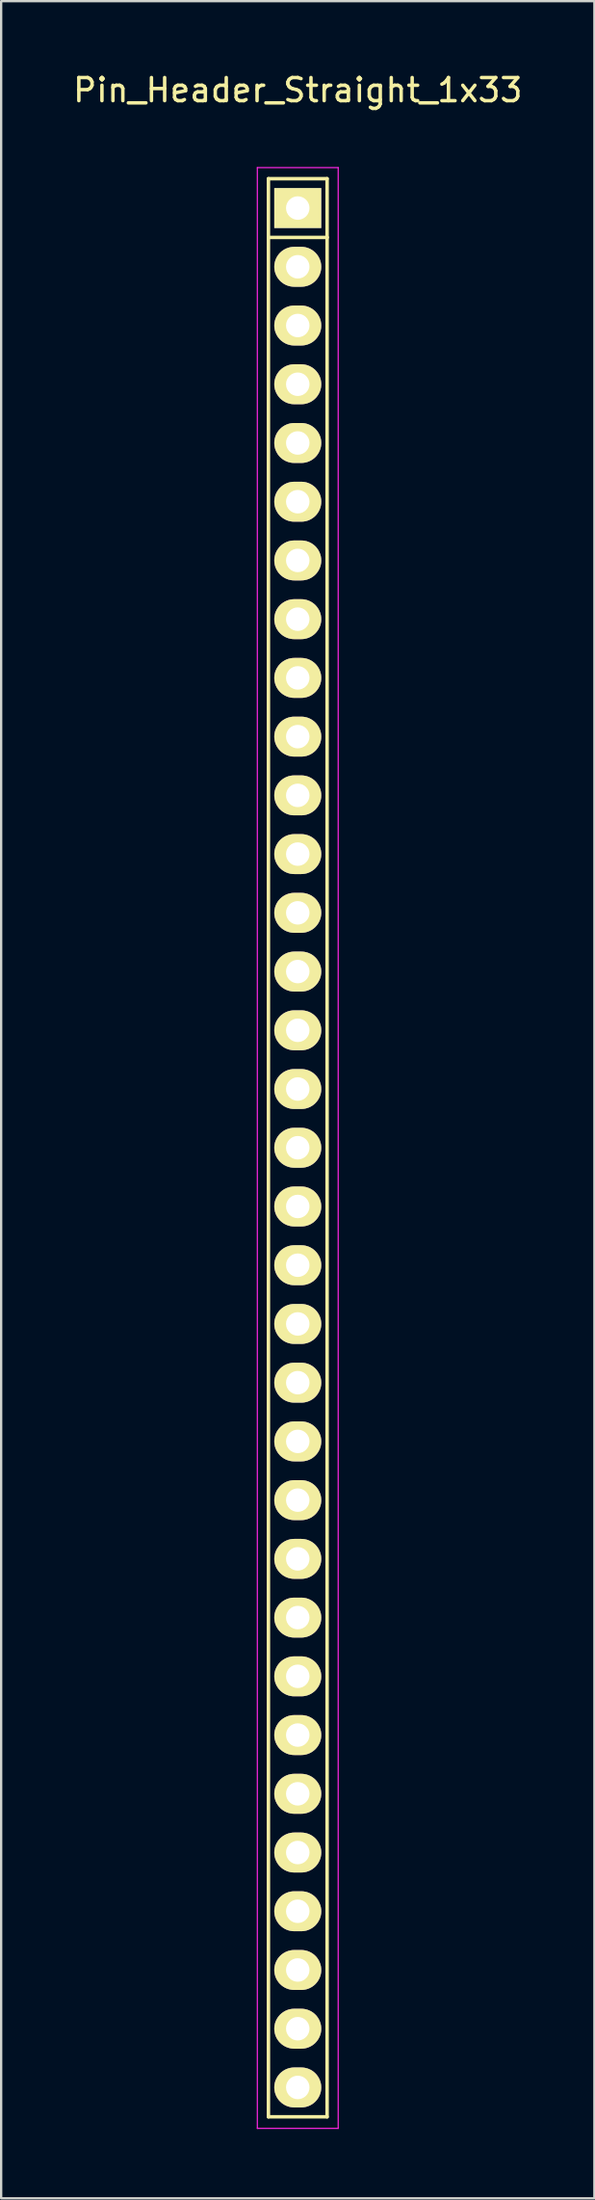
<source format=kicad_pcb>
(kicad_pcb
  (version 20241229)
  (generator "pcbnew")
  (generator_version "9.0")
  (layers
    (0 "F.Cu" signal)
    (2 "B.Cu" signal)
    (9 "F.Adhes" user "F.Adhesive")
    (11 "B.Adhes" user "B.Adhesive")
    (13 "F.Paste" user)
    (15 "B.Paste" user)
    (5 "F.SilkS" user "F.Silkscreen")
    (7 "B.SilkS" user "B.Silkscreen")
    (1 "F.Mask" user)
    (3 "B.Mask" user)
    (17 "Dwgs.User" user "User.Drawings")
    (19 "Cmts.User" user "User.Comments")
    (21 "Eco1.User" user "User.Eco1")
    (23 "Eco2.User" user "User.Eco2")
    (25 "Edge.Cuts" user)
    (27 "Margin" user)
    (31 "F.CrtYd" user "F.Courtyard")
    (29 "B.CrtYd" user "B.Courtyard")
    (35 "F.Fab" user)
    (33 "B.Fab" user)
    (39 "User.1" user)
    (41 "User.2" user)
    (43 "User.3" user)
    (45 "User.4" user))
  (footprint "Pin_Header_Straight_1x33"
    (layer "F.Cu")
    (at 9.839 5.948)
    (property "Reference" "Pin_Header_Straight_1x33" (at 0 -5.1 0) (layer "F.SilkS") (effects (font (size 1 1) (thickness 0.15))))
    (attr through_hole)
    (fp_line (start -1.27 -1.27) (end -1.27 1.27) (stroke (width 0.15) (type solid)) (layer "F.SilkS"))
    (fp_line (start -1.27 1.27) (end -1.27 82.55) (stroke (width 0.15) (type solid)) (layer "F.SilkS"))
    (fp_line (start -1.27 82.55) (end 1.27 82.55) (stroke (width 0.15) (type solid)) (layer "F.SilkS"))
    (fp_line (start 1.27 -1.27) (end -1.27 -1.27) (stroke (width 0.15) (type solid)) (layer "F.SilkS"))
    (fp_line (start 1.27 -1.27) (end 1.27 1.27) (stroke (width 0.15) (type solid)) (layer "F.SilkS"))
    (fp_line (start 1.27 1.27) (end -1.27 1.27) (stroke (width 0.15) (type solid)) (layer "F.SilkS"))
    (fp_line (start 1.27 82.55) (end 1.27 1.27) (stroke (width 0.15) (type solid)) (layer "F.SilkS"))
    (fp_line (start -1.75 -1.75) (end -1.75 83.05) (stroke (width 0.05) (type solid)) (layer "F.CrtYd"))
    (fp_line (start -1.75 -1.75) (end 1.75 -1.75) (stroke (width 0.05) (type solid)) (layer "F.CrtYd"))
    (fp_line (start -1.75 83.05) (end 1.75 83.05) (stroke (width 0.05) (type solid)) (layer "F.CrtYd"))
    (fp_line (start 1.75 -1.75) (end 1.75 83.05) (stroke (width 0.05) (type solid)) (layer "F.CrtYd"))
    (pad "1" thru_hole rect (at 0 0) (size 2.032 1.727) (drill 1.016) (layers "*.Cu" "*.Mask" "F.SilkS"))
    (pad "2" thru_hole oval (at 0 2.54) (size 2.032 1.727) (drill 1.016) (layers "*.Cu" "*.Mask" "F.SilkS"))
    (pad "3" thru_hole oval (at 0 5.08) (size 2.032 1.727) (drill 1.016) (layers "*.Cu" "*.Mask" "F.SilkS"))
    (pad "4" thru_hole oval (at 0 7.62) (size 2.032 1.727) (drill 1.016) (layers "*.Cu" "*.Mask" "F.SilkS"))
    (pad "5" thru_hole oval (at 0 10.16) (size 2.032 1.727) (drill 1.016) (layers "*.Cu" "*.Mask" "F.SilkS"))
    (pad "6" thru_hole oval (at 0 12.7) (size 2.032 1.727) (drill 1.016) (layers "*.Cu" "*.Mask" "F.SilkS"))
    (pad "7" thru_hole oval (at 0 15.24) (size 2.032 1.727) (drill 1.016) (layers "*.Cu" "*.Mask" "F.SilkS"))
    (pad "8" thru_hole oval (at 0 17.78) (size 2.032 1.727) (drill 1.016) (layers "*.Cu" "*.Mask" "F.SilkS"))
    (pad "9" thru_hole oval (at 0 20.32) (size 2.032 1.727) (drill 1.016) (layers "*.Cu" "*.Mask" "F.SilkS"))
    (pad "10" thru_hole oval (at 0 22.86) (size 2.032 1.727) (drill 1.016) (layers "*.Cu" "*.Mask" "F.SilkS"))
    (pad "11" thru_hole oval (at 0 25.4) (size 2.032 1.727) (drill 1.016) (layers "*.Cu" "*.Mask" "F.SilkS"))
    (pad "12" thru_hole oval (at 0 27.94) (size 2.032 1.727) (drill 1.016) (layers "*.Cu" "*.Mask" "F.SilkS"))
    (pad "13" thru_hole oval (at 0 30.48) (size 2.032 1.727) (drill 1.016) (layers "*.Cu" "*.Mask" "F.SilkS"))
    (pad "14" thru_hole oval (at 0 33.02) (size 2.032 1.727) (drill 1.016) (layers "*.Cu" "*.Mask" "F.SilkS"))
    (pad "15" thru_hole oval (at 0 35.56) (size 2.032 1.727) (drill 1.016) (layers "*.Cu" "*.Mask" "F.SilkS"))
    (pad "16" thru_hole oval (at 0 38.1) (size 2.032 1.727) (drill 1.016) (layers "*.Cu" "*.Mask" "F.SilkS"))
    (pad "17" thru_hole oval (at 0 40.64) (size 2.032 1.727) (drill 1.016) (layers "*.Cu" "*.Mask" "F.SilkS"))
    (pad "18" thru_hole oval (at 0 43.18) (size 2.032 1.727) (drill 1.016) (layers "*.Cu" "*.Mask" "F.SilkS"))
    (pad "19" thru_hole oval (at 0 45.72) (size 2.032 1.727) (drill 1.016) (layers "*.Cu" "*.Mask" "F.SilkS"))
    (pad "20" thru_hole oval (at 0 48.26) (size 2.032 1.727) (drill 1.016) (layers "*.Cu" "*.Mask" "F.SilkS"))
    (pad "21" thru_hole oval (at 0 50.8) (size 2.032 1.727) (drill 1.016) (layers "*.Cu" "*.Mask" "F.SilkS"))
    (pad "22" thru_hole oval (at 0 53.34) (size 2.032 1.727) (drill 1.016) (layers "*.Cu" "*.Mask" "F.SilkS"))
    (pad "23" thru_hole oval (at 0 55.88) (size 2.032 1.727) (drill 1.016) (layers "*.Cu" "*.Mask" "F.SilkS"))
    (pad "24" thru_hole oval (at 0 58.42) (size 2.032 1.727) (drill 1.016) (layers "*.Cu" "*.Mask" "F.SilkS"))
    (pad "25" thru_hole oval (at 0 60.96) (size 2.032 1.727) (drill 1.016) (layers "*.Cu" "*.Mask" "F.SilkS"))
    (pad "26" thru_hole oval (at 0 63.5) (size 2.032 1.727) (drill 1.016) (layers "*.Cu" "*.Mask" "F.SilkS"))
    (pad "27" thru_hole oval (at 0 66.04) (size 2.032 1.727) (drill 1.016) (layers "*.Cu" "*.Mask" "F.SilkS"))
    (pad "28" thru_hole oval (at 0 68.58) (size 2.032 1.727) (drill 1.016) (layers "*.Cu" "*.Mask" "F.SilkS"))
    (pad "29" thru_hole oval (at 0 71.12) (size 2.032 1.727) (drill 1.016) (layers "*.Cu" "*.Mask" "F.SilkS"))
    (pad "30" thru_hole oval (at 0 73.66) (size 2.032 1.727) (drill 1.016) (layers "*.Cu" "*.Mask" "F.SilkS"))
    (pad "31" thru_hole oval (at 0 76.2) (size 2.032 1.727) (drill 1.016) (layers "*.Cu" "*.Mask" "F.SilkS"))
    (pad "32" thru_hole oval (at 0 78.74) (size 2.032 1.727) (drill 1.016) (layers "*.Cu" "*.Mask" "F.SilkS"))
    (pad "33" thru_hole oval (at 0 81.28) (size 2.032 1.727) (drill 1.016) (layers "*.Cu" "*.Mask" "F.SilkS")))
  (gr_rect
    (start -3 -3)
    (end 22.679 92.023)
    (stroke (width 0.1) (type default))
    (fill no)
    (layer "Edge.Cuts")))
</source>
